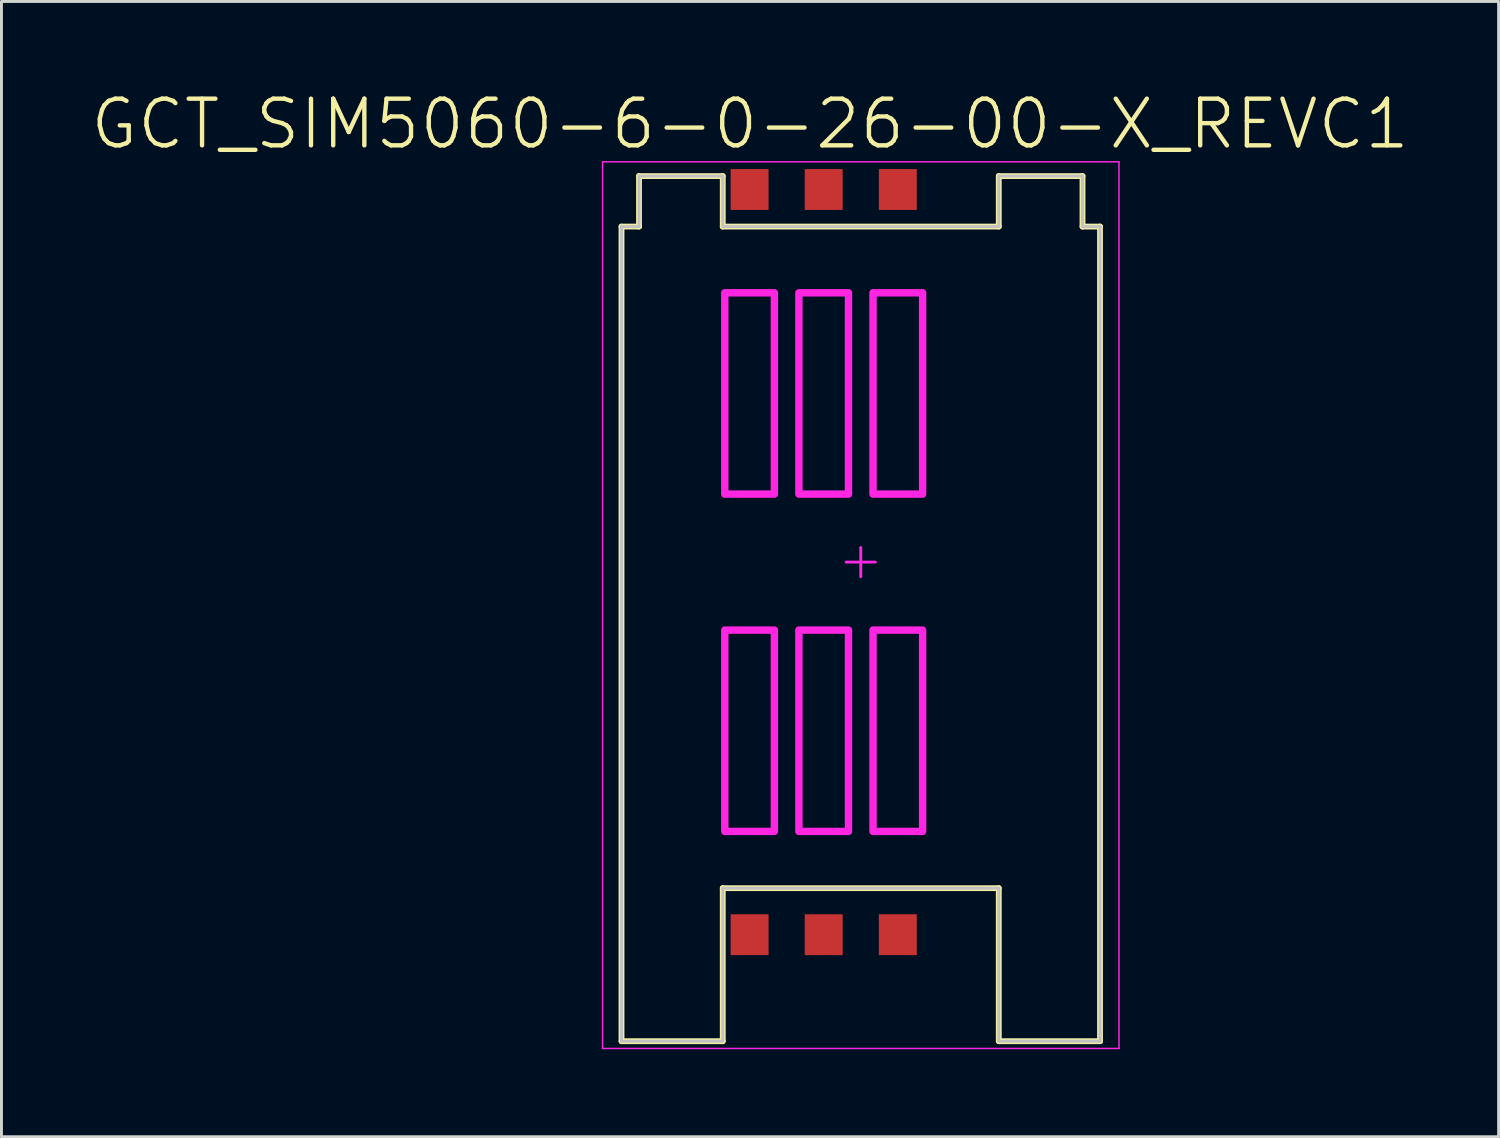
<source format=kicad_pcb>
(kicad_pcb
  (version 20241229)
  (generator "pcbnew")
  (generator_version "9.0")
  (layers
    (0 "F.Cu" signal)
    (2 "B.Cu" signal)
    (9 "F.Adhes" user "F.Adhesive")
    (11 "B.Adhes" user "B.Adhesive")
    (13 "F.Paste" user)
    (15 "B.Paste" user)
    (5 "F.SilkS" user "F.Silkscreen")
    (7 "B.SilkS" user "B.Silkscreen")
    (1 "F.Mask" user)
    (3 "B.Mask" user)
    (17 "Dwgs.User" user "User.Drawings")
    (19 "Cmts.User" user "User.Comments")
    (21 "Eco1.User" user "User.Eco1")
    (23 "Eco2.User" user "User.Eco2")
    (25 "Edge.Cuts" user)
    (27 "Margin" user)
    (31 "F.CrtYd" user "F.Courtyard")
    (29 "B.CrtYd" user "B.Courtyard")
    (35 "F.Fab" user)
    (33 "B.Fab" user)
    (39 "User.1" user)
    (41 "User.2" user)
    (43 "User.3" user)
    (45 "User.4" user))
  (footprint "GCT_SIM5060-6-0-26-00-X_REVC1"
    (layer "F.Cu")
    (at 26.451 16.215)
    (property "Reference" "GCT_SIM5060-6-0-26-00-X_REVC1" (at -3.795 -15.016 0) (layer "F.SilkS") (effects (font (size 1.6 1.6) (thickness 0.15))))
    (attr through_hole)
    (fp_line (start -8.2 -11.5) (end -7.6 -11.5) (stroke (width 0.2) (type solid)) (layer "F.SilkS"))
    (fp_line (start -8.2 16.42) (end -8.2 -11.5) (stroke (width 0.2) (type solid)) (layer "F.SilkS"))
    (fp_line (start -8.2 16.42) (end -4.73 16.42) (stroke (width 0.2) (type solid)) (layer "F.SilkS"))
    (fp_line (start -7.6 -13.23) (end -4.73 -13.23) (stroke (width 0.2) (type solid)) (layer "F.SilkS"))
    (fp_line (start -7.6 -11.5) (end -7.6 -13.23) (stroke (width 0.2) (type solid)) (layer "F.SilkS"))
    (fp_line (start -4.73 -11.5) (end -4.73 -13.23) (stroke (width 0.2) (type solid)) (layer "F.SilkS"))
    (fp_line (start -4.73 -11.5) (end 4.73 -11.5) (stroke (width 0.2) (type solid)) (layer "F.SilkS"))
    (fp_line (start -4.73 11.175) (end 4.73 11.175) (stroke (width 0.2) (type solid)) (layer "F.SilkS"))
    (fp_line (start -4.73 16.42) (end -4.73 11.175) (stroke (width 0.2) (type solid)) (layer "F.SilkS"))
    (fp_line (start 4.73 -13.23) (end 7.6 -13.23) (stroke (width 0.2) (type solid)) (layer "F.SilkS"))
    (fp_line (start 4.73 -11.5) (end 4.73 -13.23) (stroke (width 0.2) (type solid)) (layer "F.SilkS"))
    (fp_line (start 4.73 16.42) (end 4.73 11.175) (stroke (width 0.2) (type solid)) (layer "F.SilkS"))
    (fp_line (start 4.73 16.42) (end 8.2 16.42) (stroke (width 0.2) (type solid)) (layer "F.SilkS"))
    (fp_line (start 7.6 -11.5) (end 7.6 -13.23) (stroke (width 0.2) (type solid)) (layer "F.SilkS"))
    (fp_line (start 7.6 -11.5) (end 8.2 -11.5) (stroke (width 0.2) (type solid)) (layer "F.SilkS"))
    (fp_line (start 8.2 16.42) (end 8.2 -11.5) (stroke (width 0.2) (type solid)) (layer "F.SilkS"))
    (fp_line (start -8.2 -11.5) (end -7.6 -11.5) (stroke (width 0.1) (type solid)) (layer "Dwgs.User"))
    (fp_line (start -8.2 16.42) (end -8.2 -11.5) (stroke (width 0.1) (type solid)) (layer "Dwgs.User"))
    (fp_line (start -8.2 16.42) (end -4.73 16.42) (stroke (width 0.1) (type solid)) (layer "Dwgs.User"))
    (fp_line (start -7.6 -13.23) (end -4.73 -13.23) (stroke (width 0.1) (type solid)) (layer "Dwgs.User"))
    (fp_line (start -7.6 -11.5) (end -7.6 -13.23) (stroke (width 0.1) (type solid)) (layer "Dwgs.User"))
    (fp_line (start -4.73 -11.5) (end -4.73 -13.23) (stroke (width 0.1) (type solid)) (layer "Dwgs.User"))
    (fp_line (start -4.73 -11.5) (end 4.73 -11.5) (stroke (width 0.1) (type solid)) (layer "Dwgs.User"))
    (fp_line (start -4.73 11.175) (end 4.73 11.175) (stroke (width 0.1) (type solid)) (layer "Dwgs.User"))
    (fp_line (start -4.73 16.42) (end -4.73 11.175) (stroke (width 0.1) (type solid)) (layer "Dwgs.User"))
    (fp_line (start 4.73 -13.23) (end 7.6 -13.23) (stroke (width 0.1) (type solid)) (layer "Dwgs.User"))
    (fp_line (start 4.73 -11.5) (end 4.73 -13.23) (stroke (width 0.1) (type solid)) (layer "Dwgs.User"))
    (fp_line (start 4.73 16.42) (end 4.73 11.175) (stroke (width 0.1) (type solid)) (layer "Dwgs.User"))
    (fp_line (start 4.73 16.42) (end 8.2 16.42) (stroke (width 0.1) (type solid)) (layer "Dwgs.User"))
    (fp_line (start 7.6 -11.5) (end 7.6 -13.23) (stroke (width 0.1) (type solid)) (layer "Dwgs.User"))
    (fp_line (start 7.6 -11.5) (end 8.2 -11.5) (stroke (width 0.1) (type solid)) (layer "Dwgs.User"))
    (fp_line (start 8.2 16.42) (end 8.2 -11.5) (stroke (width 0.1) (type solid)) (layer "Dwgs.User"))
    (fp_line (start -8.85 -13.72) (end 8.85 -13.72) (stroke (width 0.05) (type solid)) (layer "F.CrtYd"))
    (fp_line (start -8.85 16.67) (end -8.85 -13.72) (stroke (width 0.05) (type solid)) (layer "F.CrtYd"))
    (fp_line (start -8.85 16.67) (end 8.85 16.67) (stroke (width 0.05) (type solid)) (layer "F.CrtYd"))
    (fp_line (start -0.5 0) (end 0.5 0) (stroke (width 0.1) (type solid)) (layer "F.CrtYd"))
    (fp_line (start 0 0.5) (end 0 -0.5) (stroke (width 0.1) (type solid)) (layer "F.CrtYd"))
    (fp_line (start 8.85 16.67) (end 8.85 -13.72) (stroke (width 0.05) (type solid)) (layer "F.CrtYd"))
    (fp_poly (pts (xy -4.66 -2.33) (xy -2.96 -2.33) (xy -2.96 -9.23) (xy -4.66 -9.23)) (stroke (width 0.254) (type solid)) (fill no) (layer "F.CrtYd"))
    (fp_poly (pts (xy -4.66 9.23) (xy -2.96 9.23) (xy -2.96 2.33) (xy -4.66 2.33)) (stroke (width 0.254) (type solid)) (fill no) (layer "F.CrtYd"))
    (fp_poly (pts (xy -2.12 -2.33) (xy -0.42 -2.33) (xy -0.42 -9.23) (xy -2.12 -9.23)) (stroke (width 0.254) (type solid)) (fill no) (layer "F.CrtYd"))
    (fp_poly (pts (xy -2.12 9.23) (xy -0.42 9.23) (xy -0.42 2.33) (xy -2.12 2.33)) (stroke (width 0.254) (type solid)) (fill no) (layer "F.CrtYd"))
    (fp_poly (pts (xy 0.42 -2.33) (xy 2.12 -2.33) (xy 2.12 -9.23) (xy 0.42 -9.23)) (stroke (width 0.254) (type solid)) (fill no) (layer "F.CrtYd"))
    (fp_poly (pts (xy 0.42 9.23) (xy 2.12 9.23) (xy 2.12 2.33) (xy 0.42 2.33)) (stroke (width 0.254) (type solid)) (fill no) (layer "F.CrtYd"))
    (pad "C1" smd rect (at -3.81 -12.77) (size 1.3 1.4) (layers "F.Cu" "F.Mask" "F.Paste"))
    (pad "C2" smd rect (at -1.27 -12.77) (size 1.3 1.4) (layers "F.Cu" "F.Mask" "F.Paste"))
    (pad "C3" smd rect (at 1.27 -12.77) (size 1.3 1.4) (layers "F.Cu" "F.Mask" "F.Paste"))
    (pad "C5" smd rect (at -3.81 12.77) (size 1.3 1.4) (layers "F.Cu" "F.Mask" "F.Paste"))
    (pad "C6" smd rect (at -1.27 12.77) (size 1.3 1.4) (layers "F.Cu" "F.Mask" "F.Paste"))
    (pad "C7" smd rect (at 1.27 12.77) (size 1.3 1.4) (layers "F.Cu" "F.Mask" "F.Paste")))
  (gr_rect
    (start -3 -3)
    (end 48.312 35.91)
    (stroke (width 0.1) (type default))
    (fill no)
    (layer "Edge.Cuts")))
</source>
